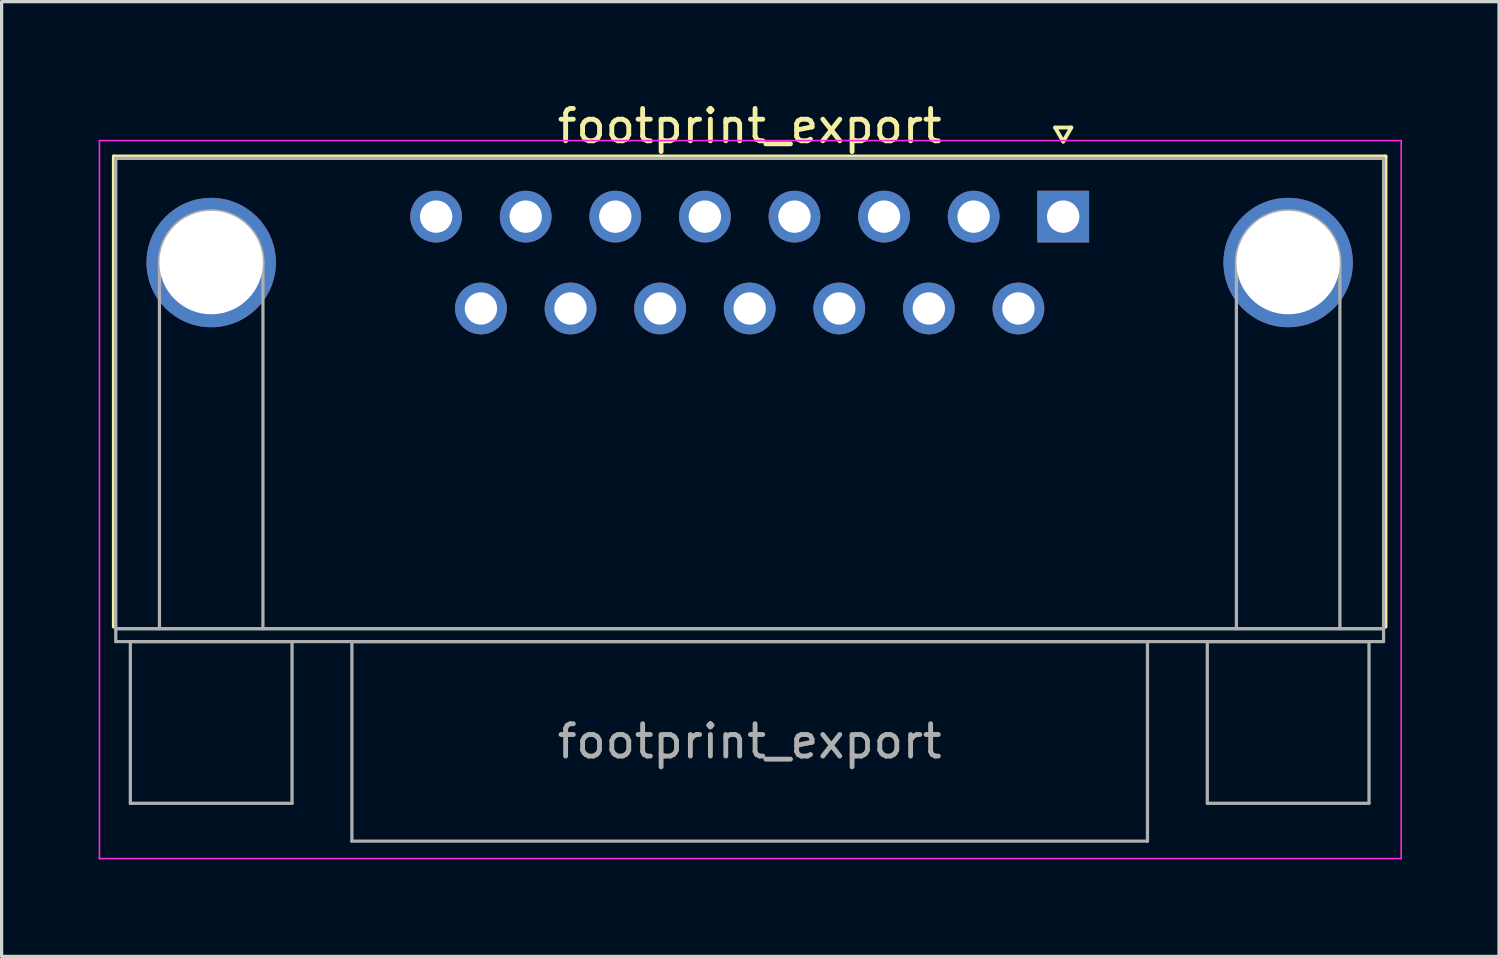
<source format=kicad_pcb>
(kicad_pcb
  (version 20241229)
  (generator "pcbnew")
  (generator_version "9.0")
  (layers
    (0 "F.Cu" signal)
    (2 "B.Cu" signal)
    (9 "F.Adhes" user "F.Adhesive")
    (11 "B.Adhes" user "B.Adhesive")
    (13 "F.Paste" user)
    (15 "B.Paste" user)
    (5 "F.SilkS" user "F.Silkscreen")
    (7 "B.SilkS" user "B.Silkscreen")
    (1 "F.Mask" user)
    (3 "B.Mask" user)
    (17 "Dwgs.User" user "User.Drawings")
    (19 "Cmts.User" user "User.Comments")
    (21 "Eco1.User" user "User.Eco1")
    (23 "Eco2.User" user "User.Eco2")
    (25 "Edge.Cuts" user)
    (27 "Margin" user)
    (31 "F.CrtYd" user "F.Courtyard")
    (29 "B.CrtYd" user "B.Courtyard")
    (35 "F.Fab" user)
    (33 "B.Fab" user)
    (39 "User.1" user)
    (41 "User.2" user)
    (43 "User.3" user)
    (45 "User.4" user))
  (footprint "footprint_export"
    (layer "F.Cu")
    (at 29.825 3.648)
    (property "Reference" "footprint_export" (at -9.695 -2.8 0) (layer "F.SilkS") (effects (font (size 1 1) (thickness 0.15))))
    (attr through_hole)
    (fp_line (start -29.355 -1.86) (end 9.965 -1.86) (stroke (width 0.12) (type solid)) (layer "F.SilkS"))
    (fp_line (start -29.355 12.68) (end -29.355 -1.86) (stroke (width 0.12) (type solid)) (layer "F.SilkS"))
    (fp_line (start -0.25 -2.754) (end 0.25 -2.754) (stroke (width 0.12) (type solid)) (layer "F.SilkS"))
    (fp_line (start 0 -2.321) (end -0.25 -2.754) (stroke (width 0.12) (type solid)) (layer "F.SilkS"))
    (fp_line (start 0.25 -2.754) (end 0 -2.321) (stroke (width 0.12) (type solid)) (layer "F.SilkS"))
    (fp_line (start 9.965 -1.86) (end 9.965 12.68) (stroke (width 0.12) (type solid)) (layer "F.SilkS"))
    (fp_line (start -29.8 -2.35) (end -29.8 19.85) (stroke (width 0.05) (type solid)) (layer "F.CrtYd"))
    (fp_line (start -29.8 19.85) (end 10.45 19.85) (stroke (width 0.05) (type solid)) (layer "F.CrtYd"))
    (fp_line (start 10.45 -2.35) (end -29.8 -2.35) (stroke (width 0.05) (type solid)) (layer "F.CrtYd"))
    (fp_line (start 10.45 19.85) (end 10.45 -2.35) (stroke (width 0.05) (type solid)) (layer "F.CrtYd"))
    (fp_line (start -29.295 -1.8) (end -29.295 12.74) (stroke (width 0.1) (type solid)) (layer "F.Fab"))
    (fp_line (start -29.295 12.74) (end -29.295 13.14) (stroke (width 0.1) (type solid)) (layer "F.Fab"))
    (fp_line (start -29.295 12.74) (end 9.905 12.74) (stroke (width 0.1) (type solid)) (layer "F.Fab"))
    (fp_line (start -29.295 13.14) (end 9.905 13.14) (stroke (width 0.1) (type solid)) (layer "F.Fab"))
    (fp_line (start -28.845 13.14) (end -28.845 18.14) (stroke (width 0.1) (type solid)) (layer "F.Fab"))
    (fp_line (start -28.845 18.14) (end -23.845 18.14) (stroke (width 0.1) (type solid)) (layer "F.Fab"))
    (fp_line (start -27.945 12.74) (end -27.945 1.42) (stroke (width 0.1) (type solid)) (layer "F.Fab"))
    (fp_line (start -24.745 12.74) (end -24.745 1.42) (stroke (width 0.1) (type solid)) (layer "F.Fab"))
    (fp_line (start -23.845 13.14) (end -28.845 13.14) (stroke (width 0.1) (type solid)) (layer "F.Fab"))
    (fp_line (start -23.845 18.14) (end -23.845 13.14) (stroke (width 0.1) (type solid)) (layer "F.Fab"))
    (fp_line (start -21.995 13.14) (end -21.995 19.31) (stroke (width 0.1) (type solid)) (layer "F.Fab"))
    (fp_line (start -21.995 19.31) (end 2.605 19.31) (stroke (width 0.1) (type solid)) (layer "F.Fab"))
    (fp_line (start 2.605 13.14) (end -21.995 13.14) (stroke (width 0.1) (type solid)) (layer "F.Fab"))
    (fp_line (start 2.605 19.31) (end 2.605 13.14) (stroke (width 0.1) (type solid)) (layer "F.Fab"))
    (fp_line (start 4.455 13.14) (end 4.455 18.14) (stroke (width 0.1) (type solid)) (layer "F.Fab"))
    (fp_line (start 4.455 18.14) (end 9.455 18.14) (stroke (width 0.1) (type solid)) (layer "F.Fab"))
    (fp_line (start 5.355 12.74) (end 5.355 1.42) (stroke (width 0.1) (type solid)) (layer "F.Fab"))
    (fp_line (start 8.555 12.74) (end 8.555 1.42) (stroke (width 0.1) (type solid)) (layer "F.Fab"))
    (fp_line (start 9.455 13.14) (end 4.455 13.14) (stroke (width 0.1) (type solid)) (layer "F.Fab"))
    (fp_line (start 9.455 18.14) (end 9.455 13.14) (stroke (width 0.1) (type solid)) (layer "F.Fab"))
    (fp_line (start 9.905 -1.8) (end -29.295 -1.8) (stroke (width 0.1) (type solid)) (layer "F.Fab"))
    (fp_line (start 9.905 12.74) (end -29.295 12.74) (stroke (width 0.1) (type solid)) (layer "F.Fab"))
    (fp_line (start 9.905 12.74) (end 9.905 -1.8) (stroke (width 0.1) (type solid)) (layer "F.Fab"))
    (fp_line (start 9.905 13.14) (end 9.905 12.74) (stroke (width 0.1) (type solid)) (layer "F.Fab"))
    (fp_arc (start -27.945 1.42) (mid -26.345 -0.18) (end -24.745 1.42) (stroke (width 0.1) (type solid)) (layer "F.Fab"))
    (fp_arc (start 5.355 1.42) (mid 6.955 -0.18) (end 8.555 1.42) (stroke (width 0.1) (type solid)) (layer "F.Fab"))
    (fp_text user "${REFERENCE}" (at -9.695 16.225 0) (layer "F.Fab") (effects (font (size 1 1) (thickness 0.15))))
    (pad "0" thru_hole circle (at -26.345 1.42) (size 4 4) (drill 3.2) (layers "*.Cu" "*.Mask"))
    (pad "0" thru_hole circle (at 6.955 1.42) (size 4 4) (drill 3.2) (layers "*.Cu" "*.Mask"))
    (pad "1" thru_hole rect (at 0 0) (size 1.6 1.6) (drill 1) (layers "*.Cu" "*.Mask"))
    (pad "2" thru_hole circle (at -2.77 0) (size 1.6 1.6) (drill 1) (layers "*.Cu" "*.Mask"))
    (pad "3" thru_hole circle (at -5.54 0) (size 1.6 1.6) (drill 1) (layers "*.Cu" "*.Mask"))
    (pad "4" thru_hole circle (at -8.31 0) (size 1.6 1.6) (drill 1) (layers "*.Cu" "*.Mask"))
    (pad "5" thru_hole circle (at -11.08 0) (size 1.6 1.6) (drill 1) (layers "*.Cu" "*.Mask"))
    (pad "6" thru_hole circle (at -13.85 0) (size 1.6 1.6) (drill 1) (layers "*.Cu" "*.Mask"))
    (pad "7" thru_hole circle (at -16.62 0) (size 1.6 1.6) (drill 1) (layers "*.Cu" "*.Mask"))
    (pad "8" thru_hole circle (at -19.39 0) (size 1.6 1.6) (drill 1) (layers "*.Cu" "*.Mask"))
    (pad "9" thru_hole circle (at -1.385 2.84) (size 1.6 1.6) (drill 1) (layers "*.Cu" "*.Mask"))
    (pad "10" thru_hole circle (at -4.155 2.84) (size 1.6 1.6) (drill 1) (layers "*.Cu" "*.Mask"))
    (pad "11" thru_hole circle (at -6.925 2.84) (size 1.6 1.6) (drill 1) (layers "*.Cu" "*.Mask"))
    (pad "12" thru_hole circle (at -9.695 2.84) (size 1.6 1.6) (drill 1) (layers "*.Cu" "*.Mask"))
    (pad "13" thru_hole circle (at -12.465 2.84) (size 1.6 1.6) (drill 1) (layers "*.Cu" "*.Mask"))
    (pad "14" thru_hole circle (at -15.235 2.84) (size 1.6 1.6) (drill 1) (layers "*.Cu" "*.Mask"))
    (pad "15" thru_hole circle (at -18.005 2.84) (size 1.6 1.6) (drill 1) (layers "*.Cu" "*.Mask")))
  (gr_rect
    (start -3 -3)
    (end 43.3 26.523)
    (stroke (width 0.1) (type default))
    (fill no)
    (layer "Edge.Cuts")))
</source>
